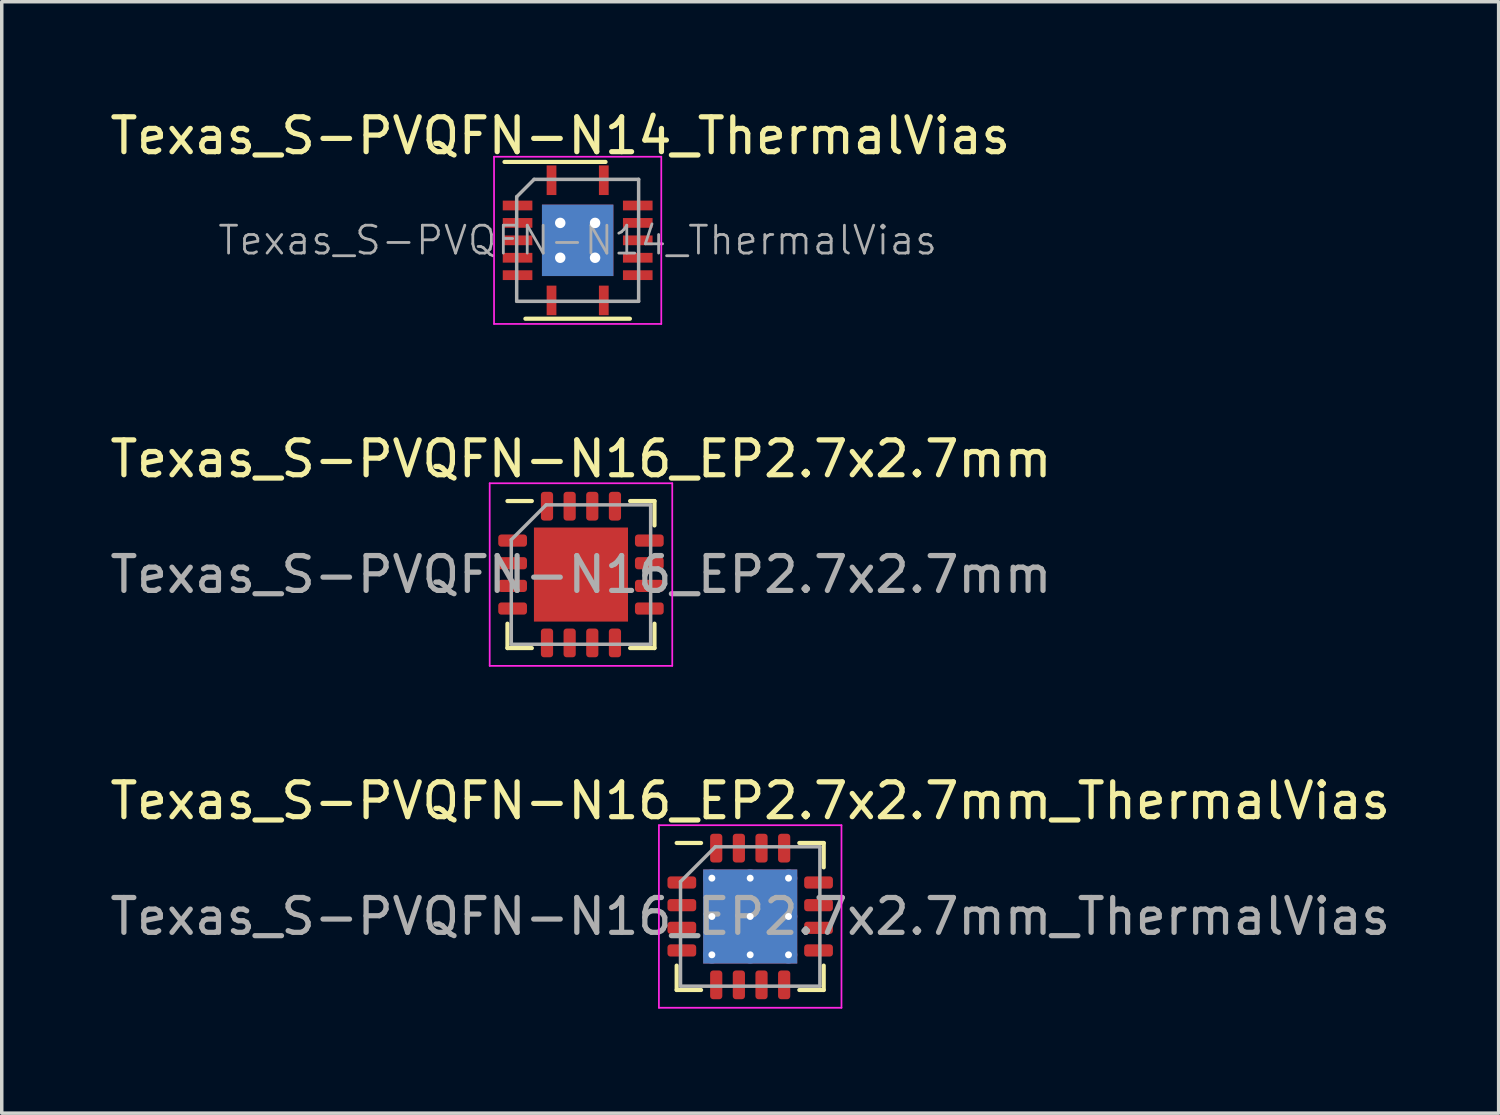
<source format=kicad_pcb>
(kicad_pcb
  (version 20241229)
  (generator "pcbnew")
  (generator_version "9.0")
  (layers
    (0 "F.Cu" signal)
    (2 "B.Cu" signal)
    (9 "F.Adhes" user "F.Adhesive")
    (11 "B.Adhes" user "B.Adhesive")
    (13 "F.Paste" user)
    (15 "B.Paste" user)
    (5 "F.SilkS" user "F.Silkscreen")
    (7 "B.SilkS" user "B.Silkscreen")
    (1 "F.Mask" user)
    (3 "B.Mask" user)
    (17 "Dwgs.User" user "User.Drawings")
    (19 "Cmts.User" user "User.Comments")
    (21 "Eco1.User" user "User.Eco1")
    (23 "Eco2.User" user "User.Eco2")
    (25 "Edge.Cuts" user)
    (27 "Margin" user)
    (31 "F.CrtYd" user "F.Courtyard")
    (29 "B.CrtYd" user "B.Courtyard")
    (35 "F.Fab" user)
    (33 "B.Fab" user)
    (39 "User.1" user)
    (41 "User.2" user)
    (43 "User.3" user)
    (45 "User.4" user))
  (footprint "Texas_S-PVQFN-N16_EP2.7x2.7mm_ThermalVias"
    (layer "F.Cu")
    (at 18.482 23.255)
    (property "Reference" "Texas_S-PVQFN-N16_EP2.7x2.7mm_ThermalVias" (at 0 -3.32 0) (layer "F.SilkS") (effects (font (size 1 1) (thickness 0.15))))
    (attr smd)
    (fp_line (start -2.11 2.11) (end -2.11 1.41) (stroke (width 0.12) (type solid)) (layer "F.SilkS"))
    (fp_line (start -1.41 -2.11) (end -2.11 -2.11) (stroke (width 0.12) (type solid)) (layer "F.SilkS"))
    (fp_line (start -1.41 2.11) (end -2.11 2.11) (stroke (width 0.12) (type solid)) (layer "F.SilkS"))
    (fp_line (start 1.41 -2.11) (end 2.11 -2.11) (stroke (width 0.12) (type solid)) (layer "F.SilkS"))
    (fp_line (start 1.41 2.11) (end 2.11 2.11) (stroke (width 0.12) (type solid)) (layer "F.SilkS"))
    (fp_line (start 2.11 -2.11) (end 2.11 -1.41) (stroke (width 0.12) (type solid)) (layer "F.SilkS"))
    (fp_line (start 2.11 2.11) (end 2.11 1.41) (stroke (width 0.12) (type solid)) (layer "F.SilkS"))
    (fp_line (start -2.62 -2.62) (end -2.62 2.62) (stroke (width 0.05) (type solid)) (layer "F.CrtYd"))
    (fp_line (start -2.62 2.62) (end 2.62 2.62) (stroke (width 0.05) (type solid)) (layer "F.CrtYd"))
    (fp_line (start 2.62 -2.62) (end -2.62 -2.62) (stroke (width 0.05) (type solid)) (layer "F.CrtYd"))
    (fp_line (start 2.62 2.62) (end 2.62 -2.62) (stroke (width 0.05) (type solid)) (layer "F.CrtYd"))
    (fp_line (start -2 -1) (end -1 -2) (stroke (width 0.1) (type solid)) (layer "F.Fab"))
    (fp_line (start -2 2) (end -2 -1) (stroke (width 0.1) (type solid)) (layer "F.Fab"))
    (fp_line (start -1 -2) (end 2 -2) (stroke (width 0.1) (type solid)) (layer "F.Fab"))
    (fp_line (start 2 -2) (end 2 2) (stroke (width 0.1) (type solid)) (layer "F.Fab"))
    (fp_line (start 2 2) (end -2 2) (stroke (width 0.1) (type solid)) (layer "F.Fab"))
    (fp_text user "${REFERENCE}" (at 0 0 0) (layer "F.Fab") (effects (font (size 1 1) (thickness 0.15))))
    (pad "" smd roundrect (at -0.55 -0.55) (size 0.955 0.955) (layers "F.Paste") (roundrect_rratio 0.25))
    (pad "" smd roundrect (at -0.55 0.55) (size 0.955 0.955) (layers "F.Paste") (roundrect_rratio 0.25))
    (pad "" smd roundrect (at 0.55 -0.55) (size 0.955 0.955) (layers "F.Paste") (roundrect_rratio 0.25))
    (pad "" smd roundrect (at 0.55 0.55) (size 0.955 0.955) (layers "F.Paste") (roundrect_rratio 0.25))
    (pad "1" smd roundrect (at -1.962 -0.975) (size 0.825 0.35) (layers "F.Cu" "F.Mask" "F.Paste") (roundrect_rratio 0.25))
    (pad "2" smd roundrect (at -1.962 -0.325) (size 0.825 0.35) (layers "F.Cu" "F.Mask" "F.Paste") (roundrect_rratio 0.25))
    (pad "3" smd roundrect (at -1.962 0.325) (size 0.825 0.35) (layers "F.Cu" "F.Mask" "F.Paste") (roundrect_rratio 0.25))
    (pad "4" smd roundrect (at -1.962 0.975) (size 0.825 0.35) (layers "F.Cu" "F.Mask" "F.Paste") (roundrect_rratio 0.25))
    (pad "5" smd roundrect (at -0.975 1.962) (size 0.35 0.825) (layers "F.Cu" "F.Mask" "F.Paste") (roundrect_rratio 0.25))
    (pad "6" smd roundrect (at -0.325 1.962) (size 0.35 0.825) (layers "F.Cu" "F.Mask" "F.Paste") (roundrect_rratio 0.25))
    (pad "7" smd roundrect (at 0.325 1.962) (size 0.35 0.825) (layers "F.Cu" "F.Mask" "F.Paste") (roundrect_rratio 0.25))
    (pad "8" smd roundrect (at 0.975 1.962) (size 0.35 0.825) (layers "F.Cu" "F.Mask" "F.Paste") (roundrect_rratio 0.25))
    (pad "9" smd roundrect (at 1.962 0.975) (size 0.825 0.35) (layers "F.Cu" "F.Mask" "F.Paste") (roundrect_rratio 0.25))
    (pad "10" smd roundrect (at 1.962 0.325) (size 0.825 0.35) (layers "F.Cu" "F.Mask" "F.Paste") (roundrect_rratio 0.25))
    (pad "11" smd roundrect (at 1.962 -0.325) (size 0.825 0.35) (layers "F.Cu" "F.Mask" "F.Paste") (roundrect_rratio 0.25))
    (pad "12" smd roundrect (at 1.962 -0.975) (size 0.825 0.35) (layers "F.Cu" "F.Mask" "F.Paste") (roundrect_rratio 0.25))
    (pad "13" smd roundrect (at 0.975 -1.962) (size 0.35 0.825) (layers "F.Cu" "F.Mask" "F.Paste") (roundrect_rratio 0.25))
    (pad "14" smd roundrect (at 0.325 -1.962) (size 0.35 0.825) (layers "F.Cu" "F.Mask" "F.Paste") (roundrect_rratio 0.25))
    (pad "15" smd roundrect (at -0.325 -1.962) (size 0.35 0.825) (layers "F.Cu" "F.Mask" "F.Paste") (roundrect_rratio 0.25))
    (pad "16" smd roundrect (at -0.975 -1.962) (size 0.35 0.825) (layers "F.Cu" "F.Mask" "F.Paste") (roundrect_rratio 0.25))
    (pad "17" thru_hole circle (at -1.1 -1.1) (size 0.5 0.5) (drill 0.2) (layers "*.Cu"))
    (pad "17" thru_hole circle (at -1.1 0) (size 0.5 0.5) (drill 0.2) (layers "*.Cu"))
    (pad "17" thru_hole circle (at -1.1 1.1) (size 0.5 0.5) (drill 0.2) (layers "*.Cu"))
    (pad "17" thru_hole circle (at 0 -1.1) (size 0.5 0.5) (drill 0.2) (layers "*.Cu"))
    (pad "17" thru_hole circle (at 0 0) (size 0.5 0.5) (drill 0.2) (layers "*.Cu"))
    (pad "17" smd rect (at 0 0) (size 2.7 2.7) (layers "F.Cu" "F.Mask"))
    (pad "17" smd rect (at 0 0) (size 2.7 2.7) (layers "B.Cu"))
    (pad "17" thru_hole circle (at 0 1.1) (size 0.5 0.5) (drill 0.2) (layers "*.Cu"))
    (pad "17" thru_hole circle (at 1.1 -1.1) (size 0.5 0.5) (drill 0.2) (layers "*.Cu"))
    (pad "17" thru_hole circle (at 1.1 0) (size 0.5 0.5) (drill 0.2) (layers "*.Cu"))
    (pad "17" thru_hole circle (at 1.1 1.1) (size 0.5 0.5) (drill 0.2) (layers "*.Cu")))
  (footprint "Texas_S-PVQFN-N16_EP2.7x2.7mm"
    (layer "F.Cu")
    (at 13.625 13.441)
    (property "Reference" "Texas_S-PVQFN-N16_EP2.7x2.7mm" (at 0 -3.32 0) (layer "F.SilkS") (effects (font (size 1 1) (thickness 0.15))))
    (attr smd)
    (fp_line (start -2.11 2.11) (end -2.11 1.41) (stroke (width 0.12) (type solid)) (layer "F.SilkS"))
    (fp_line (start -1.41 -2.11) (end -2.11 -2.11) (stroke (width 0.12) (type solid)) (layer "F.SilkS"))
    (fp_line (start -1.41 2.11) (end -2.11 2.11) (stroke (width 0.12) (type solid)) (layer "F.SilkS"))
    (fp_line (start 1.41 -2.11) (end 2.11 -2.11) (stroke (width 0.12) (type solid)) (layer "F.SilkS"))
    (fp_line (start 1.41 2.11) (end 2.11 2.11) (stroke (width 0.12) (type solid)) (layer "F.SilkS"))
    (fp_line (start 2.11 -2.11) (end 2.11 -1.41) (stroke (width 0.12) (type solid)) (layer "F.SilkS"))
    (fp_line (start 2.11 2.11) (end 2.11 1.41) (stroke (width 0.12) (type solid)) (layer "F.SilkS"))
    (fp_line (start -2.62 -2.62) (end -2.62 2.62) (stroke (width 0.05) (type solid)) (layer "F.CrtYd"))
    (fp_line (start -2.62 2.62) (end 2.62 2.62) (stroke (width 0.05) (type solid)) (layer "F.CrtYd"))
    (fp_line (start 2.62 -2.62) (end -2.62 -2.62) (stroke (width 0.05) (type solid)) (layer "F.CrtYd"))
    (fp_line (start 2.62 2.62) (end 2.62 -2.62) (stroke (width 0.05) (type solid)) (layer "F.CrtYd"))
    (fp_line (start -2 -1) (end -1 -2) (stroke (width 0.1) (type solid)) (layer "F.Fab"))
    (fp_line (start -2 2) (end -2 -1) (stroke (width 0.1) (type solid)) (layer "F.Fab"))
    (fp_line (start -1 -2) (end 2 -2) (stroke (width 0.1) (type solid)) (layer "F.Fab"))
    (fp_line (start 2 -2) (end 2 2) (stroke (width 0.1) (type solid)) (layer "F.Fab"))
    (fp_line (start 2 2) (end -2 2) (stroke (width 0.1) (type solid)) (layer "F.Fab"))
    (fp_text user "${REFERENCE}" (at 0 0 0) (layer "F.Fab") (effects (font (size 1 1) (thickness 0.15))))
    (pad "" smd roundrect (at -0.9 -0.9) (size 0.73 0.73) (layers "F.Paste") (roundrect_rratio 0.25))
    (pad "" smd roundrect (at -0.9 0) (size 0.73 0.73) (layers "F.Paste") (roundrect_rratio 0.25))
    (pad "" smd roundrect (at -0.9 0.9) (size 0.73 0.73) (layers "F.Paste") (roundrect_rratio 0.25))
    (pad "" smd roundrect (at 0 -0.9) (size 0.73 0.73) (layers "F.Paste") (roundrect_rratio 0.25))
    (pad "" smd roundrect (at 0 0) (size 0.73 0.73) (layers "F.Paste") (roundrect_rratio 0.25))
    (pad "" smd roundrect (at 0 0.9) (size 0.73 0.73) (layers "F.Paste") (roundrect_rratio 0.25))
    (pad "" smd roundrect (at 0.9 -0.9) (size 0.73 0.73) (layers "F.Paste") (roundrect_rratio 0.25))
    (pad "" smd roundrect (at 0.9 0) (size 0.73 0.73) (layers "F.Paste") (roundrect_rratio 0.25))
    (pad "" smd roundrect (at 0.9 0.9) (size 0.73 0.73) (layers "F.Paste") (roundrect_rratio 0.25))
    (pad "1" smd roundrect (at -1.962 -0.975) (size 0.825 0.35) (layers "F.Cu" "F.Mask" "F.Paste") (roundrect_rratio 0.25))
    (pad "2" smd roundrect (at -1.962 -0.325) (size 0.825 0.35) (layers "F.Cu" "F.Mask" "F.Paste") (roundrect_rratio 0.25))
    (pad "3" smd roundrect (at -1.962 0.325) (size 0.825 0.35) (layers "F.Cu" "F.Mask" "F.Paste") (roundrect_rratio 0.25))
    (pad "4" smd roundrect (at -1.962 0.975) (size 0.825 0.35) (layers "F.Cu" "F.Mask" "F.Paste") (roundrect_rratio 0.25))
    (pad "5" smd roundrect (at -0.975 1.962) (size 0.35 0.825) (layers "F.Cu" "F.Mask" "F.Paste") (roundrect_rratio 0.25))
    (pad "6" smd roundrect (at -0.325 1.962) (size 0.35 0.825) (layers "F.Cu" "F.Mask" "F.Paste") (roundrect_rratio 0.25))
    (pad "7" smd roundrect (at 0.325 1.962) (size 0.35 0.825) (layers "F.Cu" "F.Mask" "F.Paste") (roundrect_rratio 0.25))
    (pad "8" smd roundrect (at 0.975 1.962) (size 0.35 0.825) (layers "F.Cu" "F.Mask" "F.Paste") (roundrect_rratio 0.25))
    (pad "9" smd roundrect (at 1.962 0.975) (size 0.825 0.35) (layers "F.Cu" "F.Mask" "F.Paste") (roundrect_rratio 0.25))
    (pad "10" smd roundrect (at 1.962 0.325) (size 0.825 0.35) (layers "F.Cu" "F.Mask" "F.Paste") (roundrect_rratio 0.25))
    (pad "11" smd roundrect (at 1.962 -0.325) (size 0.825 0.35) (layers "F.Cu" "F.Mask" "F.Paste") (roundrect_rratio 0.25))
    (pad "12" smd roundrect (at 1.962 -0.975) (size 0.825 0.35) (layers "F.Cu" "F.Mask" "F.Paste") (roundrect_rratio 0.25))
    (pad "13" smd roundrect (at 0.975 -1.962) (size 0.35 0.825) (layers "F.Cu" "F.Mask" "F.Paste") (roundrect_rratio 0.25))
    (pad "14" smd roundrect (at 0.325 -1.962) (size 0.35 0.825) (layers "F.Cu" "F.Mask" "F.Paste") (roundrect_rratio 0.25))
    (pad "15" smd roundrect (at -0.325 -1.962) (size 0.35 0.825) (layers "F.Cu" "F.Mask" "F.Paste") (roundrect_rratio 0.25))
    (pad "16" smd roundrect (at -0.975 -1.962) (size 0.35 0.825) (layers "F.Cu" "F.Mask" "F.Paste") (roundrect_rratio 0.25))
    (pad "17" smd rect (at 0 0) (size 2.7 2.7) (layers "F.Cu" "F.Mask")))
  (footprint "Texas_S-PVQFN-N14_ThermalVias"
    (layer "F.Cu")
    (at 13.53 3.848)
    (property "Reference" "Texas_S-PVQFN-N14_ThermalVias" (at -0.5 -3 0) (layer "F.SilkS") (effects (font (size 1 1) (thickness 0.15))))
    (attr smd)
    (fp_line (start -1.5 2.25) (end 1.5 2.25) (stroke (width 0.12) (type solid)) (layer "F.SilkS"))
    (fp_line (start 0.8 -2.25) (end -2.1 -2.25) (stroke (width 0.12) (type solid)) (layer "F.SilkS"))
    (fp_line (start -2.4 -2.4) (end 2.4 -2.4) (stroke (width 0.05) (type solid)) (layer "F.CrtYd"))
    (fp_line (start -2.4 2.4) (end -2.4 -2.4) (stroke (width 0.05) (type solid)) (layer "F.CrtYd"))
    (fp_line (start 2.4 -2.4) (end 2.4 2.4) (stroke (width 0.05) (type solid)) (layer "F.CrtYd"))
    (fp_line (start 2.4 2.4) (end -2.4 2.4) (stroke (width 0.05) (type solid)) (layer "F.CrtYd"))
    (fp_line (start -1.75 1.75) (end -1.75 -1.25) (stroke (width 0.1) (type solid)) (layer "F.Fab"))
    (fp_line (start -1.25 -1.75) (end -1.75 -1.25) (stroke (width 0.1) (type solid)) (layer "F.Fab"))
    (fp_line (start -1.25 -1.75) (end 1.75 -1.75) (stroke (width 0.1) (type solid)) (layer "F.Fab"))
    (fp_line (start 1.75 -1.75) (end 1.75 1.75) (stroke (width 0.1) (type solid)) (layer "F.Fab"))
    (fp_line (start 1.75 1.75) (end -1.75 1.75) (stroke (width 0.1) (type solid)) (layer "F.Fab"))
    (fp_text user "${REFERENCE}" (at 0 0 0) (layer "F.Fab") (effects (font (size 0.8 0.8) (thickness 0.08))))
    (pad "" smd rect (at -0.56 -0.56 270) (size 0.82 0.82) (layers "F.Paste"))
    (pad "" smd rect (at -0.56 0.56 270) (size 0.82 0.82) (layers "F.Paste"))
    (pad "" smd rect (at 0.56 -0.56 270) (size 0.82 0.82) (layers "F.Paste"))
    (pad "" smd rect (at 0.56 0.56 270) (size 0.82 0.82) (layers "F.Paste"))
    (pad "1" smd rect (at -0.75 -1.725 270) (size 0.85 0.28) (layers "F.Cu" "F.Mask" "F.Paste"))
    (pad "2" smd rect (at -1.725 -1 270) (size 0.28 0.85) (layers "F.Cu" "F.Mask" "F.Paste"))
    (pad "3" smd rect (at -1.725 -0.5 270) (size 0.28 0.85) (layers "F.Cu" "F.Mask" "F.Paste"))
    (pad "4" smd rect (at -1.725 0 270) (size 0.28 0.85) (layers "F.Cu" "F.Mask" "F.Paste"))
    (pad "5" smd rect (at -1.725 0.5 270) (size 0.28 0.85) (layers "F.Cu" "F.Mask" "F.Paste"))
    (pad "6" smd rect (at -1.725 1 270) (size 0.28 0.85) (layers "F.Cu" "F.Mask" "F.Paste"))
    (pad "7" smd rect (at -0.75 1.725 270) (size 0.85 0.28) (layers "F.Cu" "F.Mask" "F.Paste"))
    (pad "8" smd rect (at 0.75 1.725 270) (size 0.85 0.28) (layers "F.Cu" "F.Mask" "F.Paste"))
    (pad "9" smd rect (at 1.725 1 270) (size 0.28 0.85) (layers "F.Cu" "F.Mask" "F.Paste"))
    (pad "10" smd rect (at 1.725 0.5 270) (size 0.28 0.85) (layers "F.Cu" "F.Mask" "F.Paste"))
    (pad "11" smd rect (at 1.725 0 270) (size 0.28 0.85) (layers "F.Cu" "F.Mask" "F.Paste"))
    (pad "12" smd rect (at 1.725 -0.5 270) (size 0.28 0.85) (layers "F.Cu" "F.Mask" "F.Paste"))
    (pad "13" smd rect (at 1.725 -1 270) (size 0.28 0.85) (layers "F.Cu" "F.Mask" "F.Paste"))
    (pad "14" smd rect (at 0.75 -1.725 270) (size 0.85 0.28) (layers "F.Cu" "F.Mask" "F.Paste"))
    (pad "15" thru_hole circle (at -0.5 -0.5 270) (size 0.6 0.6) (drill 0.3) (layers "*.Cu"))
    (pad "15" thru_hole circle (at -0.5 0.5 270) (size 0.6 0.6) (drill 0.3) (layers "*.Cu"))
    (pad "15" smd rect (at 0 0 270) (size 2.05 2.05) (layers "F.Cu" "F.Mask"))
    (pad "15" smd rect (at 0 0 270) (size 2.05 2.05) (layers "B.Cu"))
    (pad "15" thru_hole circle (at 0.5 -0.5 270) (size 0.6 0.6) (drill 0.3) (layers "*.Cu"))
    (pad "15" thru_hole circle (at 0.5 0.5 270) (size 0.6 0.6) (drill 0.3) (layers "*.Cu")))
  (gr_rect
    (start -3 -3)
    (end 39.964 28.9)
    (stroke (width 0.1) (type default))
    (fill no)
    (layer "Edge.Cuts")))
</source>
